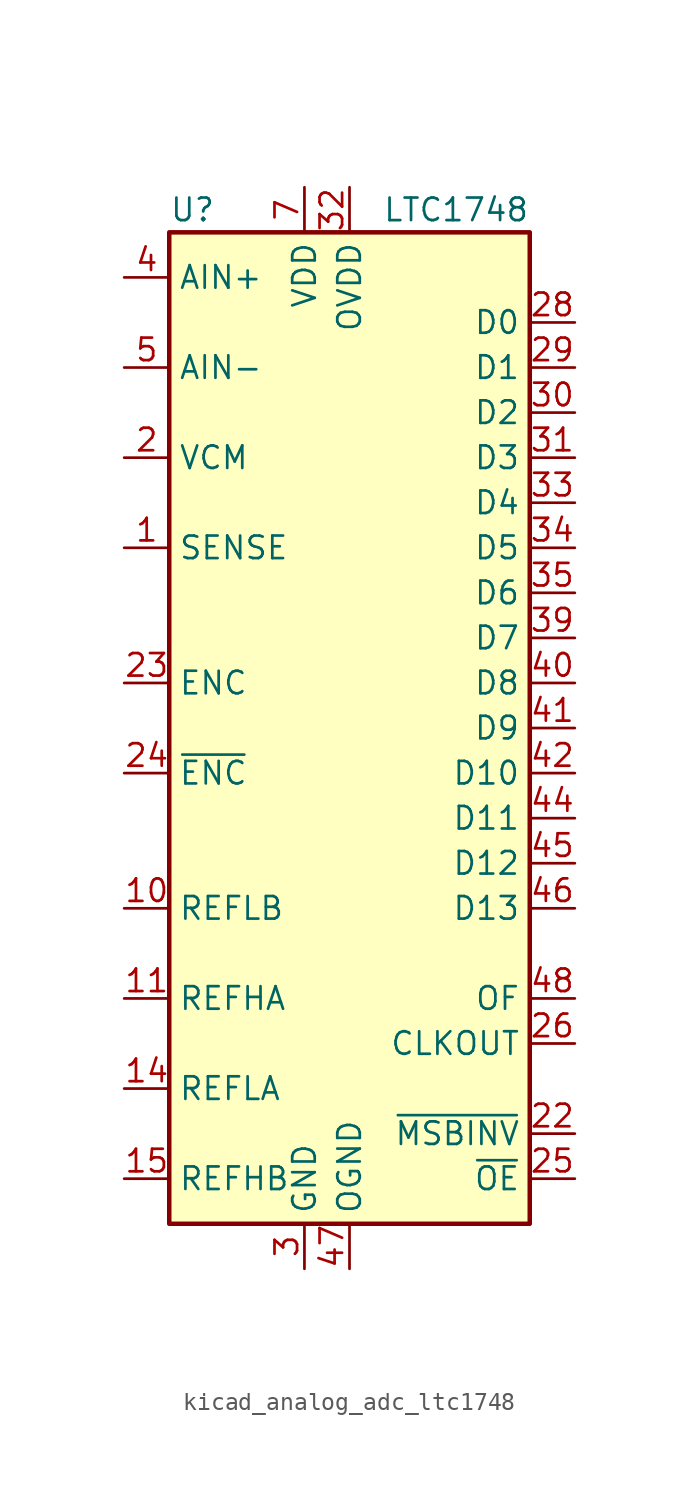
<source format=kicad_sym>
(kicad_symbol_lib
  (version 20220914)
  (generator kicad_symbol_editor)
  (symbol "kicad_analog_adc_ltc1748"
    (property "Reference" "U"
      (at -10.16 29.21 0)
      (effects (font (size 1.27 1.27)) (justify left)))
    (property "Value" "LTC1748"
      (at 10.16 29.21 0)
      (effects (font (size 1.27 1.27)) (justify right)))
    (symbol "kicad_analog_adc_ltc1748_0_1"
      (rectangle (start -10.16 27.94) (end 10.16 -27.94) (stroke (width 0.254) (type default)) (fill (type background))))
    (symbol "kicad_analog_adc_ltc1748_1_1"
      (pin input line (at -12.7 10.16 0) (length 2.54) (name "SENSE" (effects (font (size 1.27 1.27)))) (number "1" (effects (font (size 1.27 1.27)))))
      (pin passive line (at -12.7 -10.16 0) (length 2.54) (name "REFLB" (effects (font (size 1.27 1.27)))) (number "10" (effects (font (size 1.27 1.27)))))
      (pin passive line (at -12.7 -15.24 0) (length 2.54) (name "REFHA" (effects (font (size 1.27 1.27)))) (number "11" (effects (font (size 1.27 1.27)))))
      (pin passive line (at -2.54 -30.48 90) (length 2.54) hide (name "GND" (effects (font (size 1.27 1.27)))) (number "12" (effects (font (size 1.27 1.27)))))
      (pin passive line (at -2.54 -30.48 90) (length 2.54) hide (name "GND" (effects (font (size 1.27 1.27)))) (number "13" (effects (font (size 1.27 1.27)))))
      (pin passive line (at -12.7 -20.32 0) (length 2.54) (name "REFLA" (effects (font (size 1.27 1.27)))) (number "14" (effects (font (size 1.27 1.27)))))
      (pin passive line (at -12.7 -25.4 0) (length 2.54) (name "REFHB" (effects (font (size 1.27 1.27)))) (number "15" (effects (font (size 1.27 1.27)))))
      (pin passive line (at -2.54 -30.48 90) (length 2.54) hide (name "GND" (effects (font (size 1.27 1.27)))) (number "16" (effects (font (size 1.27 1.27)))))
      (pin passive line (at -2.54 30.48 270) (length 2.54) hide (name "VDD" (effects (font (size 1.27 1.27)))) (number "17" (effects (font (size 1.27 1.27)))))
      (pin passive line (at -2.54 30.48 270) (length 2.54) hide (name "VDD" (effects (font (size 1.27 1.27)))) (number "18" (effects (font (size 1.27 1.27)))))
      (pin passive line (at -2.54 -30.48 90) (length 2.54) hide (name "GND" (effects (font (size 1.27 1.27)))) (number "19" (effects (font (size 1.27 1.27)))))
      (pin output line (at -12.7 15.24 0) (length 2.54) (name "VCM" (effects (font (size 1.27 1.27)))) (number "2" (effects (font (size 1.27 1.27)))))
      (pin passive line (at -2.54 30.48 270) (length 2.54) hide (name "VDD" (effects (font (size 1.27 1.27)))) (number "20" (effects (font (size 1.27 1.27)))))
      (pin passive line (at -2.54 -30.48 90) (length 2.54) hide (name "GND" (effects (font (size 1.27 1.27)))) (number "21" (effects (font (size 1.27 1.27)))))
      (pin input line (at 12.7 -22.86 180) (length 2.54) (name "~{MSBINV}" (effects (font (size 1.27 1.27)))) (number "22" (effects (font (size 1.27 1.27)))))
      (pin input line (at -12.7 2.54 0) (length 2.54) (name "ENC" (effects (font (size 1.27 1.27)))) (number "23" (effects (font (size 1.27 1.27)))))
      (pin input line (at -12.7 -2.54 0) (length 2.54) (name "~{ENC}" (effects (font (size 1.27 1.27)))) (number "24" (effects (font (size 1.27 1.27)))))
      (pin input line (at 12.7 -25.4 180) (length 2.54) (name "~{OE}" (effects (font (size 1.27 1.27)))) (number "25" (effects (font (size 1.27 1.27)))))
      (pin output line (at 12.7 -17.78 180) (length 2.54) (name "CLKOUT" (effects (font (size 1.27 1.27)))) (number "26" (effects (font (size 1.27 1.27)))))
      (pin passive line (at 0 -30.48 90) (length 2.54) hide (name "OGND" (effects (font (size 1.27 1.27)))) (number "27" (effects (font (size 1.27 1.27)))))
      (pin output line (at 12.7 22.86 180) (length 2.54) (name "D0" (effects (font (size 1.27 1.27)))) (number "28" (effects (font (size 1.27 1.27)))))
      (pin output line (at 12.7 20.32 180) (length 2.54) (name "D1" (effects (font (size 1.27 1.27)))) (number "29" (effects (font (size 1.27 1.27)))))
      (pin power_in line (at -2.54 -30.48 90) (length 2.54) (name "GND" (effects (font (size 1.27 1.27)))) (number "3" (effects (font (size 1.27 1.27)))))
      (pin output line (at 12.7 17.78 180) (length 2.54) (name "D2" (effects (font (size 1.27 1.27)))) (number "30" (effects (font (size 1.27 1.27)))))
      (pin output line (at 12.7 15.24 180) (length 2.54) (name "D3" (effects (font (size 1.27 1.27)))) (number "31" (effects (font (size 1.27 1.27)))))
      (pin power_in line (at 0 30.48 270) (length 2.54) (name "OVDD" (effects (font (size 1.27 1.27)))) (number "32" (effects (font (size 1.27 1.27)))))
      (pin output line (at 12.7 12.7 180) (length 2.54) (name "D4" (effects (font (size 1.27 1.27)))) (number "33" (effects (font (size 1.27 1.27)))))
      (pin output line (at 12.7 10.16 180) (length 2.54) (name "D5" (effects (font (size 1.27 1.27)))) (number "34" (effects (font (size 1.27 1.27)))))
      (pin output line (at 12.7 7.62 180) (length 2.54) (name "D6" (effects (font (size 1.27 1.27)))) (number "35" (effects (font (size 1.27 1.27)))))
      (pin passive line (at -2.54 -30.48 90) (length 2.54) hide (name "GND" (effects (font (size 1.27 1.27)))) (number "36" (effects (font (size 1.27 1.27)))))
      (pin passive line (at -2.54 -30.48 90) (length 2.54) hide (name "GND" (effects (font (size 1.27 1.27)))) (number "37" (effects (font (size 1.27 1.27)))))
      (pin passive line (at 0 -30.48 90) (length 2.54) hide (name "OGND" (effects (font (size 1.27 1.27)))) (number "38" (effects (font (size 1.27 1.27)))))
      (pin output line (at 12.7 5.08 180) (length 2.54) (name "D7" (effects (font (size 1.27 1.27)))) (number "39" (effects (font (size 1.27 1.27)))))
      (pin input line (at -12.7 25.4 0) (length 2.54) (name "AIN+" (effects (font (size 1.27 1.27)))) (number "4" (effects (font (size 1.27 1.27)))))
      (pin output line (at 12.7 2.54 180) (length 2.54) (name "D8" (effects (font (size 1.27 1.27)))) (number "40" (effects (font (size 1.27 1.27)))))
      (pin output line (at 12.7 0 180) (length 2.54) (name "D9" (effects (font (size 1.27 1.27)))) (number "41" (effects (font (size 1.27 1.27)))))
      (pin output line (at 12.7 -2.54 180) (length 2.54) (name "D10" (effects (font (size 1.27 1.27)))) (number "42" (effects (font (size 1.27 1.27)))))
      (pin passive line (at 0 30.48 270) (length 2.54) hide (name "OVDD" (effects (font (size 1.27 1.27)))) (number "43" (effects (font (size 1.27 1.27)))))
      (pin output line (at 12.7 -5.08 180) (length 2.54) (name "D11" (effects (font (size 1.27 1.27)))) (number "44" (effects (font (size 1.27 1.27)))))
      (pin output line (at 12.7 -7.62 180) (length 2.54) (name "D12" (effects (font (size 1.27 1.27)))) (number "45" (effects (font (size 1.27 1.27)))))
      (pin output line (at 12.7 -10.16 180) (length 2.54) (name "D13" (effects (font (size 1.27 1.27)))) (number "46" (effects (font (size 1.27 1.27)))))
      (pin power_in line (at 0 -30.48 90) (length 2.54) (name "OGND" (effects (font (size 1.27 1.27)))) (number "47" (effects (font (size 1.27 1.27)))))
      (pin output line (at 12.7 -15.24 180) (length 2.54) (name "OF" (effects (font (size 1.27 1.27)))) (number "48" (effects (font (size 1.27 1.27)))))
      (pin input line (at -12.7 20.32 0) (length 2.54) (name "AIN-" (effects (font (size 1.27 1.27)))) (number "5" (effects (font (size 1.27 1.27)))))
      (pin passive line (at -2.54 -30.48 90) (length 2.54) hide (name "GND" (effects (font (size 1.27 1.27)))) (number "6" (effects (font (size 1.27 1.27)))))
      (pin power_in line (at -2.54 30.48 270) (length 2.54) (name "VDD" (effects (font (size 1.27 1.27)))) (number "7" (effects (font (size 1.27 1.27)))))
      (pin passive line (at -2.54 30.48 270) (length 2.54) hide (name "VDD" (effects (font (size 1.27 1.27)))) (number "8" (effects (font (size 1.27 1.27)))))
      (pin passive line (at -2.54 -30.48 90) (length 2.54) hide (name "GND" (effects (font (size 1.27 1.27)))) (number "9" (effects (font (size 1.27 1.27))))))))
</source>
